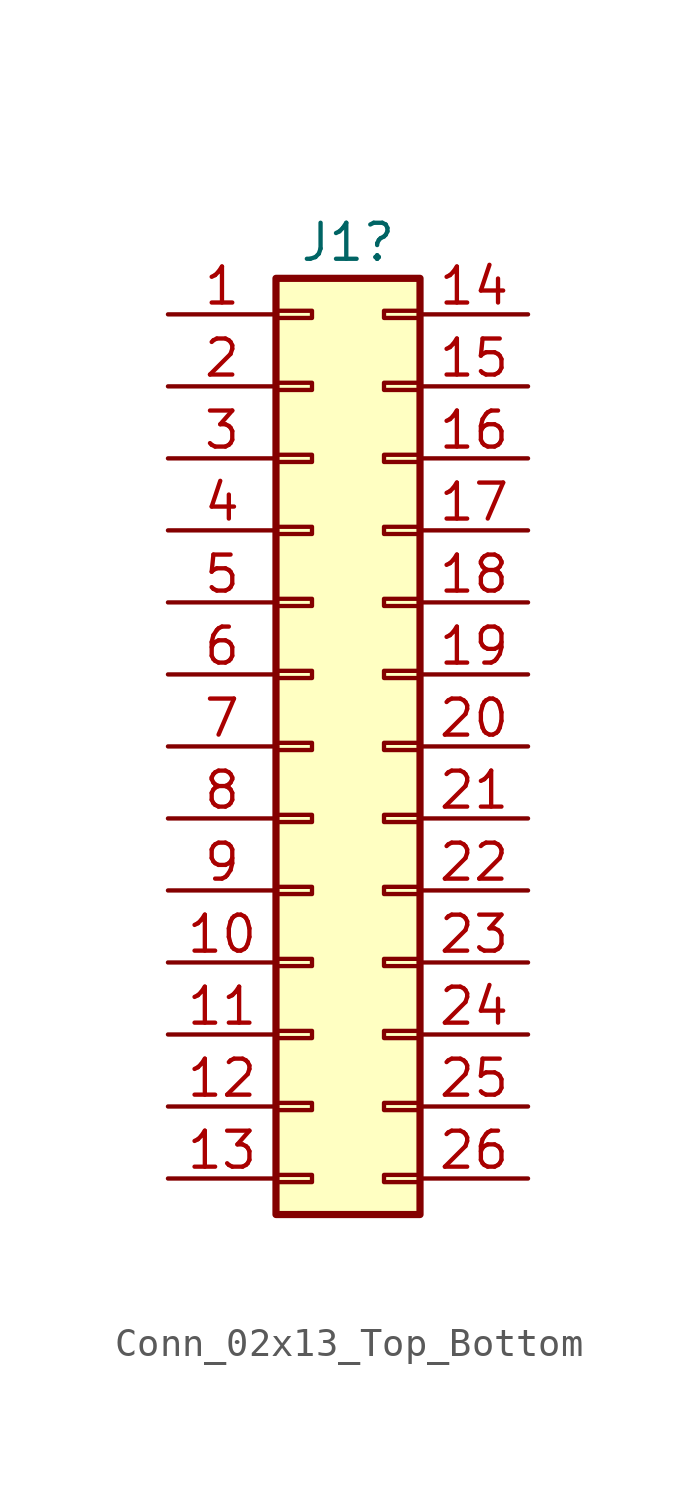
<source format=kicad_sym>
(kicad_symbol_lib
  (version 20211014)
  (generator kicad_symbol_editor)
  (symbol "Conn_02x13_Top_Bottom"
    (pin_names
      (offset 1.016) hide)
    (property "Reference" "J1"
      (at 1.27 17.78 0)
      (effects (font (size 1.27 1.27))))
    (symbol "Conn_02x13_Top_Bottom_1_1"
      (rectangle (start -1.27 -15.113) (end 0 -15.367) (stroke (width 0.152) (type default) (color 0 0 0 0)) (fill (type none)))
      (rectangle (start -1.27 -12.573) (end 0 -12.827) (stroke (width 0.152) (type default) (color 0 0 0 0)) (fill (type none)))
      (rectangle (start -1.27 -10.033) (end 0 -10.287) (stroke (width 0.152) (type default) (color 0 0 0 0)) (fill (type none)))
      (rectangle (start -1.27 -7.493) (end 0 -7.747) (stroke (width 0.152) (type default) (color 0 0 0 0)) (fill (type none)))
      (rectangle (start -1.27 -4.953) (end 0 -5.207) (stroke (width 0.152) (type default) (color 0 0 0 0)) (fill (type none)))
      (rectangle (start -1.27 -2.413) (end 0 -2.667) (stroke (width 0.152) (type default) (color 0 0 0 0)) (fill (type none)))
      (rectangle (start -1.27 0.127) (end 0 -0.127) (stroke (width 0.152) (type default) (color 0 0 0 0)) (fill (type none)))
      (rectangle (start -1.27 2.667) (end 0 2.413) (stroke (width 0.152) (type default) (color 0 0 0 0)) (fill (type none)))
      (rectangle (start -1.27 5.207) (end 0 4.953) (stroke (width 0.152) (type default) (color 0 0 0 0)) (fill (type none)))
      (rectangle (start -1.27 7.747) (end 0 7.493) (stroke (width 0.152) (type default) (color 0 0 0 0)) (fill (type none)))
      (rectangle (start -1.27 10.287) (end 0 10.033) (stroke (width 0.152) (type default) (color 0 0 0 0)) (fill (type none)))
      (rectangle (start -1.27 12.827) (end 0 12.573) (stroke (width 0.152) (type default) (color 0 0 0 0)) (fill (type none)))
      (rectangle (start -1.27 15.367) (end 0 15.113) (stroke (width 0.152) (type default) (color 0 0 0 0)) (fill (type none)))
      (rectangle (start -1.27 16.51) (end 3.81 -16.51) (stroke (width 0.254) (type default) (color 0 0 0 0)) (fill (type background)))
      (rectangle (start 3.81 -15.113) (end 2.54 -15.367) (stroke (width 0.152) (type default) (color 0 0 0 0)) (fill (type none)))
      (rectangle (start 3.81 -12.573) (end 2.54 -12.827) (stroke (width 0.152) (type default) (color 0 0 0 0)) (fill (type none)))
      (rectangle (start 3.81 -10.033) (end 2.54 -10.287) (stroke (width 0.152) (type default) (color 0 0 0 0)) (fill (type none)))
      (rectangle (start 3.81 -7.493) (end 2.54 -7.747) (stroke (width 0.152) (type default) (color 0 0 0 0)) (fill (type none)))
      (rectangle (start 3.81 -4.953) (end 2.54 -5.207) (stroke (width 0.152) (type default) (color 0 0 0 0)) (fill (type none)))
      (rectangle (start 3.81 -2.413) (end 2.54 -2.667) (stroke (width 0.152) (type default) (color 0 0 0 0)) (fill (type none)))
      (rectangle (start 3.81 0.127) (end 2.54 -0.127) (stroke (width 0.152) (type default) (color 0 0 0 0)) (fill (type none)))
      (rectangle (start 3.81 2.667) (end 2.54 2.413) (stroke (width 0.152) (type default) (color 0 0 0 0)) (fill (type none)))
      (rectangle (start 3.81 5.207) (end 2.54 4.953) (stroke (width 0.152) (type default) (color 0 0 0 0)) (fill (type none)))
      (rectangle (start 3.81 7.747) (end 2.54 7.493) (stroke (width 0.152) (type default) (color 0 0 0 0)) (fill (type none)))
      (rectangle (start 3.81 10.287) (end 2.54 10.033) (stroke (width 0.152) (type default) (color 0 0 0 0)) (fill (type none)))
      (rectangle (start 3.81 12.827) (end 2.54 12.573) (stroke (width 0.152) (type default) (color 0 0 0 0)) (fill (type none)))
      (rectangle (start 3.81 15.367) (end 2.54 15.113) (stroke (width 0.152) (type default) (color 0 0 0 0)) (fill (type none)))
      (pin passive line (at -5.08 15.24 0) (length 3.81) (name "Pin_1" (effects (font (size 1.27 1.27)))) (number "1" (effects (font (size 1.27 1.27)))))
      (pin passive line (at -5.08 -7.62 0) (length 3.81) (name "Pin_10" (effects (font (size 1.27 1.27)))) (number "10" (effects (font (size 1.27 1.27)))))
      (pin passive line (at -5.08 -10.16 0) (length 3.81) (name "Pin_11" (effects (font (size 1.27 1.27)))) (number "11" (effects (font (size 1.27 1.27)))))
      (pin passive line (at -5.08 -12.7 0) (length 3.81) (name "Pin_12" (effects (font (size 1.27 1.27)))) (number "12" (effects (font (size 1.27 1.27)))))
      (pin passive line (at -5.08 -15.24 0) (length 3.81) (name "Pin_13" (effects (font (size 1.27 1.27)))) (number "13" (effects (font (size 1.27 1.27)))))
      (pin passive line (at 7.62 15.24 180) (length 3.81) (name "Pin_14" (effects (font (size 1.27 1.27)))) (number "14" (effects (font (size 1.27 1.27)))))
      (pin passive line (at 7.62 12.7 180) (length 3.81) (name "Pin_15" (effects (font (size 1.27 1.27)))) (number "15" (effects (font (size 1.27 1.27)))))
      (pin passive line (at 7.62 10.16 180) (length 3.81) (name "Pin_16" (effects (font (size 1.27 1.27)))) (number "16" (effects (font (size 1.27 1.27)))))
      (pin passive line (at 7.62 7.62 180) (length 3.81) (name "Pin_17" (effects (font (size 1.27 1.27)))) (number "17" (effects (font (size 1.27 1.27)))))
      (pin passive line (at 7.62 5.08 180) (length 3.81) (name "Pin_18" (effects (font (size 1.27 1.27)))) (number "18" (effects (font (size 1.27 1.27)))))
      (pin passive line (at 7.62 2.54 180) (length 3.81) (name "Pin_19" (effects (font (size 1.27 1.27)))) (number "19" (effects (font (size 1.27 1.27)))))
      (pin passive line (at -5.08 12.7 0) (length 3.81) (name "Pin_2" (effects (font (size 1.27 1.27)))) (number "2" (effects (font (size 1.27 1.27)))))
      (pin passive line (at 7.62 0 180) (length 3.81) (name "Pin_20" (effects (font (size 1.27 1.27)))) (number "20" (effects (font (size 1.27 1.27)))))
      (pin passive line (at 7.62 -2.54 180) (length 3.81) (name "Pin_21" (effects (font (size 1.27 1.27)))) (number "21" (effects (font (size 1.27 1.27)))))
      (pin passive line (at 7.62 -5.08 180) (length 3.81) (name "Pin_22" (effects (font (size 1.27 1.27)))) (number "22" (effects (font (size 1.27 1.27)))))
      (pin passive line (at 7.62 -7.62 180) (length 3.81) (name "Pin_23" (effects (font (size 1.27 1.27)))) (number "23" (effects (font (size 1.27 1.27)))))
      (pin passive line (at 7.62 -10.16 180) (length 3.81) (name "Pin_24" (effects (font (size 1.27 1.27)))) (number "24" (effects (font (size 1.27 1.27)))))
      (pin passive line (at 7.62 -12.7 180) (length 3.81) (name "Pin_25" (effects (font (size 1.27 1.27)))) (number "25" (effects (font (size 1.27 1.27)))))
      (pin passive line (at 7.62 -15.24 180) (length 3.81) (name "Pin_26" (effects (font (size 1.27 1.27)))) (number "26" (effects (font (size 1.27 1.27)))))
      (pin passive line (at -5.08 10.16 0) (length 3.81) (name "Pin_3" (effects (font (size 1.27 1.27)))) (number "3" (effects (font (size 1.27 1.27)))))
      (pin passive line (at -5.08 7.62 0) (length 3.81) (name "Pin_4" (effects (font (size 1.27 1.27)))) (number "4" (effects (font (size 1.27 1.27)))))
      (pin passive line (at -5.08 5.08 0) (length 3.81) (name "Pin_5" (effects (font (size 1.27 1.27)))) (number "5" (effects (font (size 1.27 1.27)))))
      (pin passive line (at -5.08 2.54 0) (length 3.81) (name "Pin_6" (effects (font (size 1.27 1.27)))) (number "6" (effects (font (size 1.27 1.27)))))
      (pin passive line (at -5.08 0 0) (length 3.81) (name "Pin_7" (effects (font (size 1.27 1.27)))) (number "7" (effects (font (size 1.27 1.27)))))
      (pin passive line (at -5.08 -2.54 0) (length 3.81) (name "Pin_8" (effects (font (size 1.27 1.27)))) (number "8" (effects (font (size 1.27 1.27)))))
      (pin passive line (at -5.08 -5.08 0) (length 3.81) (name "Pin_9" (effects (font (size 1.27 1.27)))) (number "9" (effects (font (size 1.27 1.27))))))))
</source>
